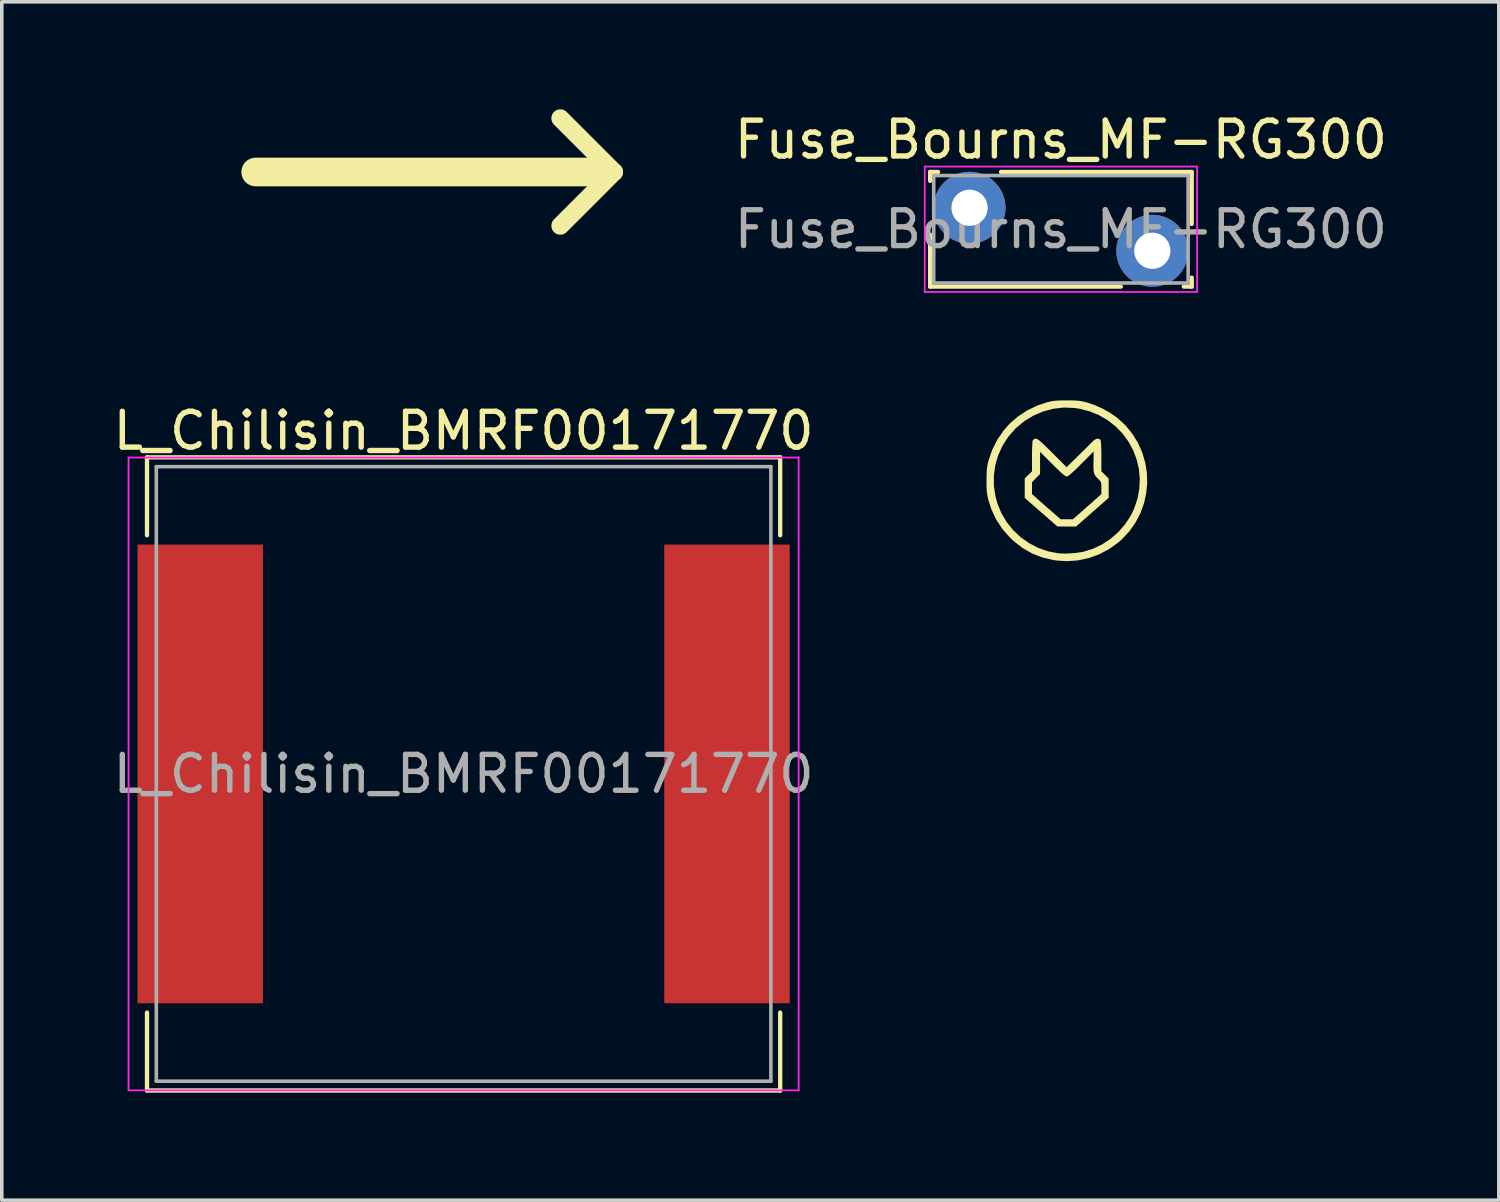
<source format=kicad_pcb>
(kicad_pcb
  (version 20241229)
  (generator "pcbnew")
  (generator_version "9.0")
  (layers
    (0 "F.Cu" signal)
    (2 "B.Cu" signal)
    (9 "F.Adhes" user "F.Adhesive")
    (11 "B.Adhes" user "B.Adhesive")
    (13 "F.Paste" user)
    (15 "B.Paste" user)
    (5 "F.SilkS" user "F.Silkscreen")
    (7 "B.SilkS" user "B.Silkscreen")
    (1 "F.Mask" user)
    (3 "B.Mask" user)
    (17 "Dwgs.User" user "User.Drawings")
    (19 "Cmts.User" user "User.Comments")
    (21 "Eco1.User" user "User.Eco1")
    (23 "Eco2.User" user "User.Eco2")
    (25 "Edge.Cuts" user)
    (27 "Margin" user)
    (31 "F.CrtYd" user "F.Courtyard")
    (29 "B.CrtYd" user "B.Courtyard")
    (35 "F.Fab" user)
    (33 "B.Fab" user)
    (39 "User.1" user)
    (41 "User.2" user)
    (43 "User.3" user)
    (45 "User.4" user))
  (footprint "LOGO1"
    (layer "F.Cu")
    (at 26.717 10.36)
    (property "Reference" "LOGO1" (at 0 0 0) (layer "User.1") (effects (font (size 1.5 1.5) (thickness 0.3))))
    (attr board_only exclude_from_pos_files exclude_from_bom)
    (fp_poly (pts (xy -0.835 -1.165) (xy -0.8 -1.145) (xy -0.752 -1.108) (xy -0.687 -1.05) (xy -0.6 -0.969) (xy -0.489 -0.86) (xy -0.401 -0.772) (xy -0.001 -0.373) (xy 0.352 -0.721) (xy 0.459 -0.826) (xy 0.557 -0.923) (xy 0.642 -1.007) (xy 0.708 -1.072) (xy 0.749 -1.113) (xy 0.757 -1.12) (xy 0.818 -1.16) (xy 0.881 -1.169) (xy 0.931 -1.146) (xy 0.945 -1.127) (xy 0.953 -1.09) (xy 0.96 -1.013) (xy 0.965 -0.905) (xy 0.968 -0.772) (xy 0.968 -0.67) (xy 0.968 -0.257) (xy 1.07 -0.158) (xy 1.171 -0.058) (xy 1.171 0.213) (xy 1.171 0.484) (xy 0.715 0.884) (xy 0.26 1.284) (xy 0.000462 1.283) (xy -0.259 1.282) (xy -0.715 0.884) (xy -1.171 0.486) (xy -1.171 0.214) (xy -1.171 0.049) (xy -0.968 0.049) (xy -0.968 0.213) (xy -0.968 0.377) (xy -0.871 0.464) (xy -0.776 0.549) (xy -0.658 0.654) (xy -0.526 0.769) (xy -0.393 0.885) (xy -0.315 0.953) (xy -0.169 1.08) (xy 0.001 1.08) (xy 0.172 1.081) (xy 0.396 0.885) (xy 0.517 0.777) (xy 0.611 0.695) (xy 0.682 0.633) (xy 0.735 0.586) (xy 0.776 0.549) (xy 0.811 0.518) (xy 0.846 0.488) (xy 0.871 0.464) (xy 0.968 0.377) (xy 0.968 0.209) (xy 0.967 0.122) (xy 0.961 0.065) (xy 0.944 0.026) (xy 0.914 -0.011) (xy 0.892 -0.033) (xy 0.834 -0.091) (xy 0.794 -0.14) (xy 0.768 -0.191) (xy 0.754 -0.253) (xy 0.748 -0.336) (xy 0.748 -0.449) (xy 0.749 -0.514) (xy 0.751 -0.623) (xy 0.752 -0.715) (xy 0.753 -0.78) (xy 0.754 -0.81) (xy 0.754 -0.811) (xy 0.738 -0.795) (xy 0.695 -0.753) (xy 0.63 -0.688) (xy 0.547 -0.604) (xy 0.449 -0.507) (xy 0.404 -0.462) (xy 0.278 -0.337) (xy 0.179 -0.243) (xy 0.104 -0.176) (xy 0.05 -0.135) (xy 0.013 -0.115) (xy 0 -0.113) (xy -0.029 -0.122) (xy -0.074 -0.152) (xy -0.138 -0.206) (xy -0.224 -0.286) (xy -0.337 -0.395) (xy -0.399 -0.457) (xy -0.743 -0.801) (xy -0.743 -0.493) (xy -0.743 -0.184) (xy -0.856 -0.068) (xy -0.968 0.049) (xy -1.171 0.049) (xy -1.171 -0.058) (xy -1.07 -0.158) (xy -0.968 -0.257) (xy -0.968 -0.67) (xy -0.967 -0.817) (xy -0.963 -0.943) (xy -0.958 -1.042) (xy -0.951 -1.106) (xy -0.945 -1.127) (xy -0.902 -1.163) (xy -0.861 -1.171)) (stroke (width 0) (type solid)) (fill yes) (layer "F.SilkS"))
    (fp_poly (pts (xy 0.144 -2.236) (xy 0.254 -2.232) (xy 0.345 -2.225) (xy 0.426 -2.212) (xy 0.512 -2.193) (xy 0.567 -2.178) (xy 0.774 -2.109) (xy 0.99 -2.013) (xy 1.198 -1.898) (xy 1.382 -1.773) (xy 1.412 -1.75) (xy 1.641 -1.539) (xy 1.832 -1.305) (xy 1.988 -1.053) (xy 2.107 -0.785) (xy 2.19 -0.507) (xy 2.237 -0.222) (xy 2.247 0.066) (xy 2.22 0.354) (xy 2.158 0.636) (xy 2.058 0.91) (xy 1.922 1.171) (xy 1.75 1.416) (xy 1.54 1.64) (xy 1.435 1.733) (xy 1.18 1.915) (xy 0.904 2.06) (xy 0.612 2.165) (xy 0.31 2.229) (xy 0.002 2.251) (xy -0.308 2.229) (xy -0.383 2.217) (xy -0.69 2.143) (xy -0.973 2.031) (xy -1.237 1.879) (xy -1.483 1.687) (xy -1.587 1.588) (xy -1.799 1.346) (xy -1.971 1.083) (xy -2.104 0.798) (xy -2.178 0.567) (xy -2.202 0.474) (xy -2.218 0.391) (xy -2.229 0.308) (xy -2.234 0.21) (xy -2.237 0.086) (xy -2.237 0) (xy -2.236 -0.139) (xy -2.032 -0.139) (xy -2.031 0.154) (xy -1.986 0.448) (xy -1.934 0.639) (xy -1.822 0.91) (xy -1.674 1.16) (xy -1.493 1.385) (xy -1.284 1.582) (xy -1.049 1.748) (xy -0.794 1.88) (xy -0.522 1.975) (xy -0.237 2.029) (xy -0.18 2.034) (xy -0.053 2.038) (xy 0.099 2.033) (xy 0.256 2.019) (xy 0.401 1.999) (xy 0.461 1.988) (xy 0.73 1.906) (xy 0.986 1.784) (xy 1.225 1.626) (xy 1.442 1.437) (xy 1.631 1.22) (xy 1.788 0.98) (xy 1.879 0.792) (xy 1.975 0.509) (xy 2.028 0.226) (xy 2.04 -0.056) (xy 2.013 -0.332) (xy 1.949 -0.599) (xy 1.851 -0.853) (xy 1.72 -1.092) (xy 1.558 -1.312) (xy 1.367 -1.509) (xy 1.149 -1.68) (xy 0.907 -1.822) (xy 0.641 -1.931) (xy 0.355 -2.004) (xy 0.208 -2.026) (xy -0.082 -2.037) (xy -0.37 -2.004) (xy -0.651 -1.93) (xy -0.92 -1.816) (xy -1.172 -1.664) (xy -1.402 -1.476) (xy -1.436 -1.443) (xy -1.633 -1.218) (xy -1.792 -0.97) (xy -1.912 -0.705) (xy -1.993 -0.427) (xy -2.032 -0.139) (xy -2.236 -0.139) (xy -2.236 -0.144) (xy -2.232 -0.255) (xy -2.225 -0.345) (xy -2.212 -0.427) (xy -2.193 -0.512) (xy -2.179 -0.564) (xy -2.079 -0.855) (xy -1.938 -1.134) (xy -1.764 -1.391) (xy -1.589 -1.589) (xy -1.357 -1.79) (xy -1.096 -1.96) (xy -0.816 -2.095) (xy -0.564 -2.179) (xy -0.472 -2.202) (xy -0.39 -2.219) (xy -0.306 -2.229) (xy -0.207 -2.234) (xy -0.083 -2.237) (xy 0 -2.237)) (stroke (width 0) (type solid)) (fill yes) (layer "F.SilkS")))
  (footprint "L_Chilisin_BMRF00171770"
    (layer "F.Cu")
    (at 9.887 18.547)
    (property "Reference" "L_Chilisin_BMRF00171770" (at 0 -9.575 0) (layer "F.SilkS") (effects (font (size 1 1) (thickness 0.15))))
    (attr smd)
    (fp_line (start -8.835 -8.835) (end -8.835 -6.66) (stroke (width 0.12) (type solid)) (layer "F.SilkS"))
    (fp_line (start -8.835 -8.835) (end 8.835 -8.835) (stroke (width 0.12) (type solid)) (layer "F.SilkS"))
    (fp_line (start -8.835 8.835) (end -8.835 6.66) (stroke (width 0.12) (type solid)) (layer "F.SilkS"))
    (fp_line (start -8.835 8.835) (end 8.835 8.835) (stroke (width 0.12) (type solid)) (layer "F.SilkS"))
    (fp_line (start 8.835 -8.835) (end 8.835 -6.66) (stroke (width 0.12) (type solid)) (layer "F.SilkS"))
    (fp_line (start 8.835 8.835) (end 8.835 6.66) (stroke (width 0.12) (type solid)) (layer "F.SilkS"))
    (fp_line (start -9.35 -8.83) (end -9.35 8.83) (stroke (width 0.05) (type solid)) (layer "F.CrtYd"))
    (fp_line (start -9.35 8.83) (end 9.35 8.83) (stroke (width 0.05) (type solid)) (layer "F.CrtYd"))
    (fp_line (start 9.35 -8.83) (end -9.35 -8.83) (stroke (width 0.05) (type solid)) (layer "F.CrtYd"))
    (fp_line (start 9.35 8.83) (end 9.35 -8.83) (stroke (width 0.05) (type solid)) (layer "F.CrtYd"))
    (fp_line (start -8.575 -8.575) (end -8.575 8.575) (stroke (width 0.1) (type solid)) (layer "F.Fab"))
    (fp_line (start -8.575 8.575) (end 8.575 8.575) (stroke (width 0.1) (type solid)) (layer "F.Fab"))
    (fp_line (start 8.575 -8.575) (end -8.575 -8.575) (stroke (width 0.1) (type solid)) (layer "F.Fab"))
    (fp_line (start 8.575 8.575) (end 8.575 -8.575) (stroke (width 0.1) (type solid)) (layer "F.Fab"))
    (fp_text user "${REFERENCE}" (at 0 0 0) (layer "F.Fab") (effects (font (size 1 1) (thickness 0.15))))
    (pad "1" smd rect (at -7.35 0) (size 3.5 12.8) (layers "F.Cu" "F.Mask" "F.Paste"))
    (pad "2" smd rect (at 7.35 0) (size 3.5 12.8) (layers "F.Cu" "F.Mask" "F.Paste")))
  (footprint "Fuse_Bourns_MF-RG300"
    (layer "F.Cu")
    (at 24.006 2.748)
    (property "Reference" "Fuse_Bourns_MF-RG300" (at 2.55 -1.9 180) (layer "F.SilkS") (effects (font (size 1 1) (thickness 0.15))))
    (attr through_hole)
    (fp_line (start -1.1 -1) (end -1.1 -0.75) (stroke (width 0.12) (type solid)) (layer "F.SilkS"))
    (fp_line (start -1.1 -1) (end -0.879 -1) (stroke (width 0.12) (type solid)) (layer "F.SilkS"))
    (fp_line (start -1.1 0.75) (end -1.1 2.2) (stroke (width 0.12) (type solid)) (layer "F.SilkS"))
    (fp_line (start -1.1 2.2) (end 4.222 2.2) (stroke (width 0.12) (type solid)) (layer "F.SilkS"))
    (fp_line (start 0.879 -1) (end 6.2 -1) (stroke (width 0.12) (type solid)) (layer "F.SilkS"))
    (fp_line (start 5.979 2.2) (end 6.2 2.2) (stroke (width 0.12) (type solid)) (layer "F.SilkS"))
    (fp_line (start 6.2 -1) (end 6.2 0.451) (stroke (width 0.12) (type solid)) (layer "F.SilkS"))
    (fp_line (start 6.2 1.95) (end 6.2 2.2) (stroke (width 0.12) (type solid)) (layer "F.SilkS"))
    (fp_line (start -1.25 -1.15) (end -1.25 2.35) (stroke (width 0.05) (type solid)) (layer "F.CrtYd"))
    (fp_line (start -1.25 2.35) (end 6.35 2.35) (stroke (width 0.05) (type solid)) (layer "F.CrtYd"))
    (fp_line (start 6.35 -1.15) (end -1.25 -1.15) (stroke (width 0.05) (type solid)) (layer "F.CrtYd"))
    (fp_line (start 6.35 2.35) (end 6.35 -1.15) (stroke (width 0.05) (type solid)) (layer "F.CrtYd"))
    (fp_line (start -1 -0.9) (end -1 2.1) (stroke (width 0.1) (type solid)) (layer "F.Fab"))
    (fp_line (start -1 2.1) (end 6.1 2.1) (stroke (width 0.1) (type solid)) (layer "F.Fab"))
    (fp_line (start 6.1 -0.9) (end -1 -0.9) (stroke (width 0.1) (type solid)) (layer "F.Fab"))
    (fp_line (start 6.1 2.1) (end 6.1 -0.9) (stroke (width 0.1) (type solid)) (layer "F.Fab"))
    (fp_text user "${REFERENCE}" (at 2.55 0.6 180) (layer "F.Fab") (effects (font (size 1 1) (thickness 0.15))))
    (pad "1" thru_hole circle (at 0 0) (size 2.01 2.01) (drill 1.01) (layers "*.Cu" "*.Mask"))
    (pad "2" thru_hole circle (at 5.1 1.2) (size 2.01 2.01) (drill 1.01) (layers "*.Cu" "*.Mask")))
  (footprint "ARROW"
    (layer "F.Cu")
    (at 4.086 1.75)
    (property "Reference" "ARROW" (at 0 0 0) (layer "User.1") (effects (font (size 1.5 1.5) (thickness 0.3))))
    (attr board_only exclude_from_pos_files exclude_from_bom)
    (fp_line (start 0 0) (end 9.5 0) (stroke (width 0.8) (type default)) (layer "F.SilkS"))
    (fp_line (start 10 0) (end 8.5 -1.5) (stroke (width 0.5) (type default)) (layer "F.SilkS"))
    (fp_line (start 10 0) (end 8.5 1.5) (stroke (width 0.5) (type default)) (layer "F.SilkS")))
  (gr_rect
    (start -3 -3)
    (end 38.776 30.442)
    (stroke (width 0.1) (type default))
    (fill no)
    (layer "Edge.Cuts")))
</source>
